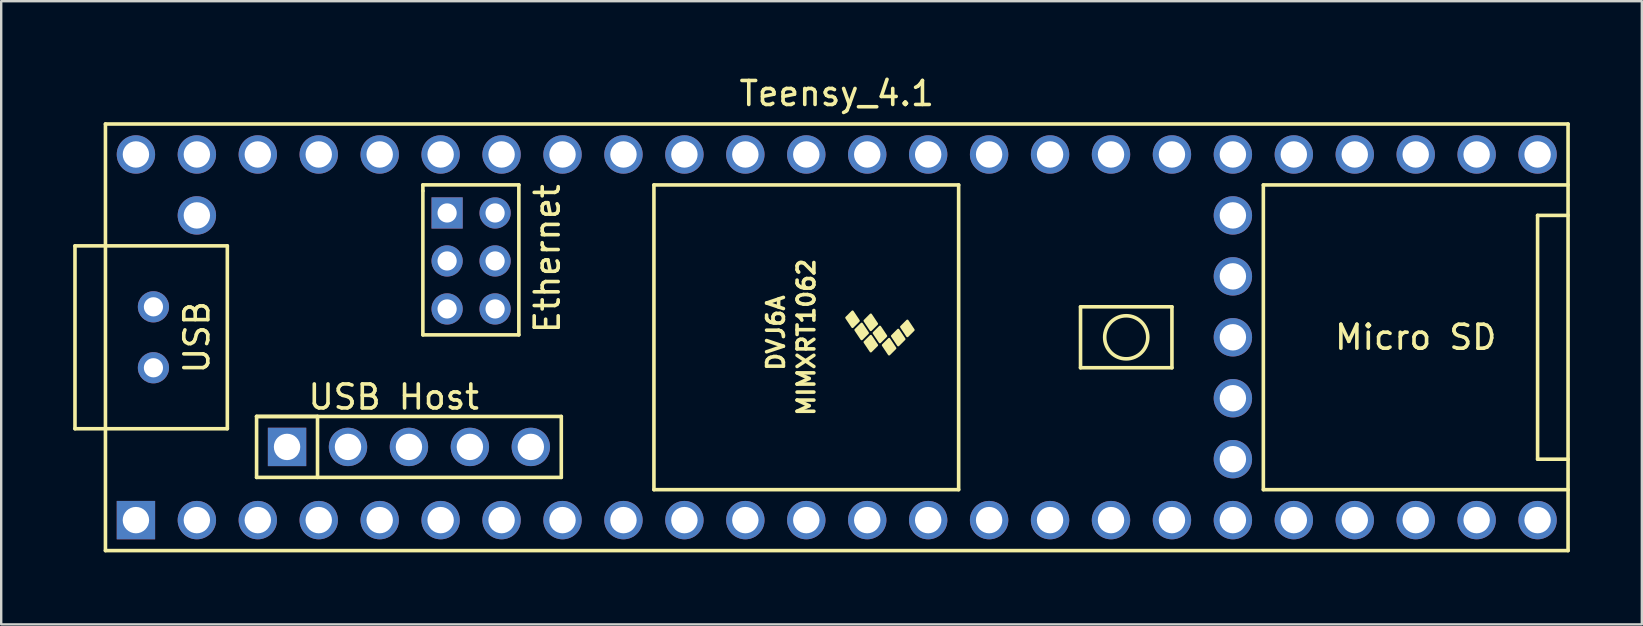
<source format=kicad_pcb>
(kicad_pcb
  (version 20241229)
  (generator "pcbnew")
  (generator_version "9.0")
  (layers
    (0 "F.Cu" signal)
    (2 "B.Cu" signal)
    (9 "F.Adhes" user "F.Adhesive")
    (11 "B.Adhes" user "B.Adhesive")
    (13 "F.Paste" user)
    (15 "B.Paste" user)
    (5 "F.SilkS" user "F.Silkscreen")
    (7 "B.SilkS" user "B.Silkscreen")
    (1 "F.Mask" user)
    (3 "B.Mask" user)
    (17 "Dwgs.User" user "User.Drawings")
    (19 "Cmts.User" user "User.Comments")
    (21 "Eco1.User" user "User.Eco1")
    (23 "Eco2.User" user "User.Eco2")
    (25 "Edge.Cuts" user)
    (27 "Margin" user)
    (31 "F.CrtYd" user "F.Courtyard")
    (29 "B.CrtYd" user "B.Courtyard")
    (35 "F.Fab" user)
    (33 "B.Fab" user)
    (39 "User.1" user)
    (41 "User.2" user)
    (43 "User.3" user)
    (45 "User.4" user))
  (footprint "Teensy_4.1"
    (layer "F.Cu")
    (at 31.825 11.008)
    (property "Reference" "Teensy_4.1" (at 0 -10.16 0) (layer "F.SilkS") (effects (font (size 1 1) (thickness 0.15))))
    (attr through_hole)
    (fp_line (start -31.75 -3.81) (end -30.48 -3.81) (stroke (width 0.15) (type solid)) (layer "F.SilkS"))
    (fp_line (start -31.75 3.81) (end -31.75 -3.81) (stroke (width 0.15) (type solid)) (layer "F.SilkS"))
    (fp_line (start -30.48 -8.89) (end 30.48 -8.89) (stroke (width 0.15) (type solid)) (layer "F.SilkS"))
    (fp_line (start -30.48 3.81) (end -31.75 3.81) (stroke (width 0.15) (type solid)) (layer "F.SilkS"))
    (fp_line (start -30.48 8.89) (end -30.48 -8.89) (stroke (width 0.15) (type solid)) (layer "F.SilkS"))
    (fp_line (start -25.4 -3.81) (end -30.48 -3.81) (stroke (width 0.15) (type solid)) (layer "F.SilkS"))
    (fp_line (start -25.4 3.81) (end -30.48 3.81) (stroke (width 0.15) (type solid)) (layer "F.SilkS"))
    (fp_line (start -25.4 3.81) (end -25.4 -3.81) (stroke (width 0.15) (type solid)) (layer "F.SilkS"))
    (fp_line (start -24.181 3.299) (end -21.641 3.299) (stroke (width 0.15) (type solid)) (layer "F.SilkS"))
    (fp_line (start -24.181 3.299) (end -11.481 3.299) (stroke (width 0.15) (type solid)) (layer "F.SilkS"))
    (fp_line (start -24.181 5.839) (end -24.181 3.299) (stroke (width 0.15) (type solid)) (layer "F.SilkS"))
    (fp_line (start -21.641 3.299) (end -21.641 5.839) (stroke (width 0.15) (type solid)) (layer "F.SilkS"))
    (fp_line (start -17.25 -6.352) (end -17.25 -6.102) (stroke (width 0.15) (type solid)) (layer "F.SilkS"))
    (fp_line (start -17.25 -6.102) (end -17.25 -0.102) (stroke (width 0.15) (type solid)) (layer "F.SilkS"))
    (fp_line (start -17.25 -0.102) (end -13.25 -0.102) (stroke (width 0.15) (type solid)) (layer "F.SilkS"))
    (fp_line (start -13.25 -6.352) (end -17.25 -6.352) (stroke (width 0.15) (type solid)) (layer "F.SilkS"))
    (fp_line (start -13.25 -0.102) (end -13.25 -6.352) (stroke (width 0.15) (type solid)) (layer "F.SilkS"))
    (fp_line (start -11.481 3.299) (end -11.481 5.839) (stroke (width 0.15) (type solid)) (layer "F.SilkS"))
    (fp_line (start -11.481 5.839) (end -24.181 5.839) (stroke (width 0.15) (type solid)) (layer "F.SilkS"))
    (fp_line (start -7.62 -6.35) (end -7.62 6.35) (stroke (width 0.15) (type solid)) (layer "F.SilkS"))
    (fp_line (start -7.62 6.35) (end 5.08 6.35) (stroke (width 0.15) (type solid)) (layer "F.SilkS"))
    (fp_line (start 5.08 -6.35) (end -7.62 -6.35) (stroke (width 0.15) (type solid)) (layer "F.SilkS"))
    (fp_line (start 5.08 6.35) (end 5.08 -6.35) (stroke (width 0.15) (type solid)) (layer "F.SilkS"))
    (fp_line (start 10.16 -1.27) (end 13.97 -1.27) (stroke (width 0.15) (type solid)) (layer "F.SilkS"))
    (fp_line (start 10.16 1.27) (end 10.16 -1.27) (stroke (width 0.15) (type solid)) (layer "F.SilkS"))
    (fp_line (start 13.97 -1.27) (end 13.97 1.27) (stroke (width 0.15) (type solid)) (layer "F.SilkS"))
    (fp_line (start 13.97 1.27) (end 10.16 1.27) (stroke (width 0.15) (type solid)) (layer "F.SilkS"))
    (fp_line (start 17.78 -6.35) (end 17.78 6.35) (stroke (width 0.15) (type solid)) (layer "F.SilkS"))
    (fp_line (start 17.78 6.35) (end 30.48 6.35) (stroke (width 0.15) (type solid)) (layer "F.SilkS"))
    (fp_line (start 29.21 -5.08) (end 29.21 5.08) (stroke (width 0.15) (type solid)) (layer "F.SilkS"))
    (fp_line (start 29.21 5.08) (end 30.48 5.08) (stroke (width 0.15) (type solid)) (layer "F.SilkS"))
    (fp_line (start 30.48 -8.89) (end 30.48 8.89) (stroke (width 0.15) (type solid)) (layer "F.SilkS"))
    (fp_line (start 30.48 -6.35) (end 17.78 -6.35) (stroke (width 0.15) (type solid)) (layer "F.SilkS"))
    (fp_line (start 30.48 -5.08) (end 29.21 -5.08) (stroke (width 0.15) (type solid)) (layer "F.SilkS"))
    (fp_line (start 30.48 8.89) (end -30.48 8.89) (stroke (width 0.15) (type solid)) (layer "F.SilkS"))
    (fp_circle (center 12.065 0) (end 12.7 -0.635) (stroke (width 0.15) (type solid)) (fill no) (layer "F.SilkS"))
    (fp_poly (pts (xy 0.911 -0.688) (xy 0.657 -0.434) (xy 0.403 -0.815) (xy 0.657 -1.069)) (stroke (width 0.1) (type solid)) (fill yes) (layer "F.SilkS"))
    (fp_poly (pts (xy 1.292 -0.18) (xy 1.038 0.074) (xy 0.784 -0.307) (xy 1.038 -0.561)) (stroke (width 0.1) (type solid)) (fill yes) (layer "F.SilkS"))
    (fp_poly (pts (xy 1.673 -0.561) (xy 1.419 -0.307) (xy 1.165 -0.688) (xy 1.419 -0.942)) (stroke (width 0.1) (type solid)) (fill yes) (layer "F.SilkS"))
    (fp_poly (pts (xy 1.673 0.328) (xy 1.419 0.582) (xy 1.165 0.201) (xy 1.419 -0.053)) (stroke (width 0.1) (type solid)) (fill yes) (layer "F.SilkS"))
    (fp_poly (pts (xy 2.054 -0.053) (xy 1.8 0.201) (xy 1.546 -0.18) (xy 1.8 -0.434)) (stroke (width 0.1) (type solid)) (fill yes) (layer "F.SilkS"))
    (fp_poly (pts (xy 2.435 0.455) (xy 2.181 0.709) (xy 1.927 0.328) (xy 2.181 0.074)) (stroke (width 0.1) (type solid)) (fill yes) (layer "F.SilkS"))
    (fp_poly (pts (xy 2.816 0.074) (xy 2.562 0.328) (xy 2.308 -0.053) (xy 2.562 -0.307)) (stroke (width 0.1) (type solid)) (fill yes) (layer "F.SilkS"))
    (fp_poly (pts (xy 3.197 -0.307) (xy 2.943 -0.053) (xy 2.689 -0.434) (xy 2.943 -0.688)) (stroke (width 0.1) (type solid)) (fill yes) (layer "F.SilkS"))
    (fp_text user "Ethernet" (at -12.065 -3.277 90) (layer "F.SilkS") (effects (font (size 1 1) (thickness 0.15))))
    (fp_text user "MIMXRT1062" (at -1.27 0 270) (layer "F.SilkS") (effects (font (size 0.7 0.7) (thickness 0.15))))
    (fp_text user "USB Host" (at -18.466 2.489 0) (layer "F.SilkS") (effects (font (size 1 1) (thickness 0.15))))
    (fp_text user "DVJ6A" (at -2.54 -0.18 270) (layer "F.SilkS") (effects (font (size 0.7 0.7) (thickness 0.15))))
    (fp_text user "USB" (at -26.67 0 270) (layer "F.SilkS") (effects (font (size 1 1) (thickness 0.15))))
    (fp_text user "Micro SD" (at 24.13 0 0) (layer "F.SilkS") (effects (font (size 1 1) (thickness 0.15))))
    (pad "1" thru_hole rect (at -29.21 7.62) (size 1.6 1.6) (drill 1.1) (layers "*.Cu" "*.Mask"))
    (pad "2" thru_hole circle (at -26.67 7.62) (size 1.6 1.6) (drill 1.1) (layers "*.Cu" "*.Mask"))
    (pad "3" thru_hole circle (at -24.13 7.62) (size 1.6 1.6) (drill 1.1) (layers "*.Cu" "*.Mask"))
    (pad "4" thru_hole circle (at -21.59 7.62) (size 1.6 1.6) (drill 1.1) (layers "*.Cu" "*.Mask"))
    (pad "5" thru_hole circle (at -19.05 7.62) (size 1.6 1.6) (drill 1.1) (layers "*.Cu" "*.Mask"))
    (pad "6" thru_hole circle (at -16.51 7.62) (size 1.6 1.6) (drill 1.1) (layers "*.Cu" "*.Mask"))
    (pad "7" thru_hole circle (at -13.97 7.62) (size 1.6 1.6) (drill 1.1) (layers "*.Cu" "*.Mask"))
    (pad "8" thru_hole circle (at -11.43 7.62) (size 1.6 1.6) (drill 1.1) (layers "*.Cu" "*.Mask"))
    (pad "9" thru_hole circle (at -8.89 7.62) (size 1.6 1.6) (drill 1.1) (layers "*.Cu" "*.Mask"))
    (pad "10" thru_hole circle (at -6.35 7.62) (size 1.6 1.6) (drill 1.1) (layers "*.Cu" "*.Mask"))
    (pad "11" thru_hole circle (at -3.81 7.62) (size 1.6 1.6) (drill 1.1) (layers "*.Cu" "*.Mask"))
    (pad "12" thru_hole circle (at -1.27 7.62) (size 1.6 1.6) (drill 1.1) (layers "*.Cu" "*.Mask"))
    (pad "13" thru_hole circle (at 1.27 7.62) (size 1.6 1.6) (drill 1.1) (layers "*.Cu" "*.Mask"))
    (pad "14" thru_hole circle (at 3.81 7.62) (size 1.6 1.6) (drill 1.1) (layers "*.Cu" "*.Mask"))
    (pad "15" thru_hole circle (at 6.35 7.62) (size 1.6 1.6) (drill 1.1) (layers "*.Cu" "*.Mask"))
    (pad "16" thru_hole circle (at 8.89 7.62) (size 1.6 1.6) (drill 1.1) (layers "*.Cu" "*.Mask"))
    (pad "17" thru_hole circle (at 11.43 7.62) (size 1.6 1.6) (drill 1.1) (layers "*.Cu" "*.Mask"))
    (pad "18" thru_hole circle (at 13.97 7.62) (size 1.6 1.6) (drill 1.1) (layers "*.Cu" "*.Mask"))
    (pad "19" thru_hole circle (at 16.51 7.62) (size 1.6 1.6) (drill 1.1) (layers "*.Cu" "*.Mask"))
    (pad "20" thru_hole circle (at 19.05 7.62) (size 1.6 1.6) (drill 1.1) (layers "*.Cu" "*.Mask"))
    (pad "21" thru_hole circle (at 21.59 7.62) (size 1.6 1.6) (drill 1.1) (layers "*.Cu" "*.Mask"))
    (pad "22" thru_hole circle (at 24.13 7.62) (size 1.6 1.6) (drill 1.1) (layers "*.Cu" "*.Mask"))
    (pad "23" thru_hole circle (at 26.67 7.62) (size 1.6 1.6) (drill 1.1) (layers "*.Cu" "*.Mask"))
    (pad "24" thru_hole circle (at 29.21 7.62) (size 1.6 1.6) (drill 1.1) (layers "*.Cu" "*.Mask"))
    (pad "25" thru_hole circle (at 29.21 -7.62) (size 1.6 1.6) (drill 1.1) (layers "*.Cu" "*.Mask"))
    (pad "26" thru_hole circle (at 26.67 -7.62) (size 1.6 1.6) (drill 1.1) (layers "*.Cu" "*.Mask"))
    (pad "27" thru_hole circle (at 24.13 -7.62) (size 1.6 1.6) (drill 1.1) (layers "*.Cu" "*.Mask"))
    (pad "28" thru_hole circle (at 21.59 -7.62) (size 1.6 1.6) (drill 1.1) (layers "*.Cu" "*.Mask"))
    (pad "29" thru_hole circle (at 19.05 -7.62) (size 1.6 1.6) (drill 1.1) (layers "*.Cu" "*.Mask"))
    (pad "30" thru_hole circle (at 16.51 -7.62) (size 1.6 1.6) (drill 1.1) (layers "*.Cu" "*.Mask"))
    (pad "31" thru_hole circle (at 13.97 -7.62) (size 1.6 1.6) (drill 1.1) (layers "*.Cu" "*.Mask"))
    (pad "32" thru_hole circle (at 11.43 -7.62) (size 1.6 1.6) (drill 1.1) (layers "*.Cu" "*.Mask"))
    (pad "33" thru_hole circle (at 8.89 -7.62) (size 1.6 1.6) (drill 1.1) (layers "*.Cu" "*.Mask"))
    (pad "34" thru_hole circle (at 6.35 -7.62) (size 1.6 1.6) (drill 1.1) (layers "*.Cu" "*.Mask"))
    (pad "35" thru_hole circle (at 3.81 -7.62) (size 1.6 1.6) (drill 1.1) (layers "*.Cu" "*.Mask"))
    (pad "36" thru_hole circle (at 1.27 -7.62) (size 1.6 1.6) (drill 1.1) (layers "*.Cu" "*.Mask"))
    (pad "37" thru_hole circle (at -1.27 -7.62) (size 1.6 1.6) (drill 1.1) (layers "*.Cu" "*.Mask"))
    (pad "38" thru_hole circle (at -3.81 -7.62) (size 1.6 1.6) (drill 1.1) (layers "*.Cu" "*.Mask"))
    (pad "39" thru_hole circle (at -6.35 -7.62) (size 1.6 1.6) (drill 1.1) (layers "*.Cu" "*.Mask"))
    (pad "40" thru_hole circle (at -8.89 -7.62) (size 1.6 1.6) (drill 1.1) (layers "*.Cu" "*.Mask"))
    (pad "41" thru_hole circle (at -11.43 -7.62) (size 1.6 1.6) (drill 1.1) (layers "*.Cu" "*.Mask"))
    (pad "42" thru_hole circle (at -13.97 -7.62) (size 1.6 1.6) (drill 1.1) (layers "*.Cu" "*.Mask"))
    (pad "43" thru_hole circle (at -16.51 -7.62) (size 1.6 1.6) (drill 1.1) (layers "*.Cu" "*.Mask"))
    (pad "44" thru_hole circle (at -19.05 -7.62) (size 1.6 1.6) (drill 1.1) (layers "*.Cu" "*.Mask"))
    (pad "45" thru_hole circle (at -21.59 -7.62) (size 1.6 1.6) (drill 1.1) (layers "*.Cu" "*.Mask"))
    (pad "46" thru_hole circle (at -24.13 -7.62) (size 1.6 1.6) (drill 1.1) (layers "*.Cu" "*.Mask"))
    (pad "47" thru_hole circle (at -26.67 -7.62) (size 1.6 1.6) (drill 1.1) (layers "*.Cu" "*.Mask"))
    (pad "48" thru_hole circle (at -29.21 -7.62) (size 1.6 1.6) (drill 1.1) (layers "*.Cu" "*.Mask"))
    (pad "49" thru_hole circle (at -26.67 -5.08) (size 1.6 1.6) (drill 1.1) (layers "*.Cu" "*.Mask"))
    (pad "50" thru_hole circle (at 16.51 5.08) (size 1.6 1.6) (drill 1.1) (layers "*.Cu" "*.Mask"))
    (pad "51" thru_hole circle (at 16.51 2.54) (size 1.6 1.6) (drill 1.1) (layers "*.Cu" "*.Mask"))
    (pad "52" thru_hole circle (at 16.51 0) (size 1.6 1.6) (drill 1.1) (layers "*.Cu" "*.Mask"))
    (pad "53" thru_hole circle (at 16.51 -2.54) (size 1.6 1.6) (drill 1.1) (layers "*.Cu" "*.Mask"))
    (pad "54" thru_hole circle (at 16.51 -5.08) (size 1.6 1.6) (drill 1.1) (layers "*.Cu" "*.Mask"))
    (pad "55" thru_hole rect (at -22.911 4.569) (size 1.6 1.6) (drill 1.1) (layers "*.Cu" "*.Mask"))
    (pad "56" thru_hole circle (at -20.371 4.569) (size 1.6 1.6) (drill 1.1) (layers "*.Cu" "*.Mask"))
    (pad "57" thru_hole circle (at -17.831 4.569) (size 1.6 1.6) (drill 1.1) (layers "*.Cu" "*.Mask"))
    (pad "58" thru_hole circle (at -15.291 4.569) (size 1.6 1.6) (drill 1.1) (layers "*.Cu" "*.Mask"))
    (pad "59" thru_hole circle (at -12.751 4.569) (size 1.6 1.6) (drill 1.1) (layers "*.Cu" "*.Mask"))
    (pad "60" thru_hole rect (at -16.24 -5.182) (size 1.3 1.3) (drill 0.8) (layers "*.Cu" "*.Mask"))
    (pad "61" thru_hole circle (at -16.24 -3.182) (size 1.3 1.3) (drill 0.8) (layers "*.Cu" "*.Mask"))
    (pad "62" thru_hole circle (at -16.24 -1.182) (size 1.3 1.3) (drill 0.8) (layers "*.Cu" "*.Mask"))
    (pad "63" thru_hole circle (at -14.24 -1.182) (size 1.3 1.3) (drill 0.8) (layers "*.Cu" "*.Mask"))
    (pad "64" thru_hole circle (at -14.24 -3.182) (size 1.3 1.3) (drill 0.8) (layers "*.Cu" "*.Mask"))
    (pad "65" thru_hole circle (at -14.24 -5.182) (size 1.3 1.3) (drill 0.8) (layers "*.Cu" "*.Mask"))
    (pad "66" thru_hole circle (at -28.48 1.27) (size 1.3 1.3) (drill 0.8) (layers "*.Cu" "*.Mask"))
    (pad "67" thru_hole circle (at -28.48 -1.27) (size 1.3 1.3) (drill 0.8) (layers "*.Cu" "*.Mask")))
  (gr_rect
    (start -3 -3)
    (end 65.38 22.973)
    (stroke (width 0.1) (type default))
    (fill no)
    (layer "Edge.Cuts")))
</source>
